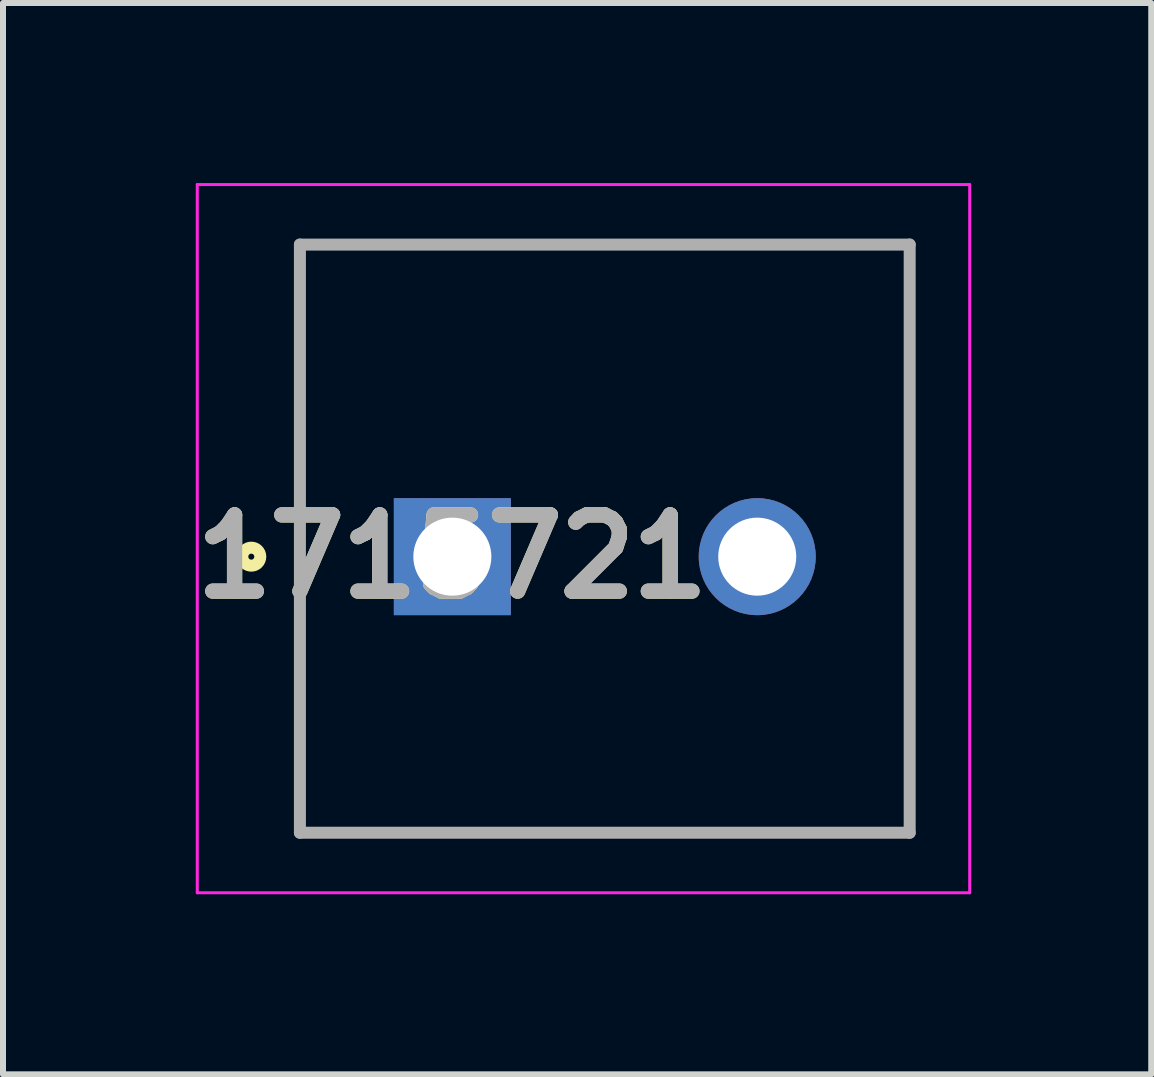
<source format=kicad_pcb>
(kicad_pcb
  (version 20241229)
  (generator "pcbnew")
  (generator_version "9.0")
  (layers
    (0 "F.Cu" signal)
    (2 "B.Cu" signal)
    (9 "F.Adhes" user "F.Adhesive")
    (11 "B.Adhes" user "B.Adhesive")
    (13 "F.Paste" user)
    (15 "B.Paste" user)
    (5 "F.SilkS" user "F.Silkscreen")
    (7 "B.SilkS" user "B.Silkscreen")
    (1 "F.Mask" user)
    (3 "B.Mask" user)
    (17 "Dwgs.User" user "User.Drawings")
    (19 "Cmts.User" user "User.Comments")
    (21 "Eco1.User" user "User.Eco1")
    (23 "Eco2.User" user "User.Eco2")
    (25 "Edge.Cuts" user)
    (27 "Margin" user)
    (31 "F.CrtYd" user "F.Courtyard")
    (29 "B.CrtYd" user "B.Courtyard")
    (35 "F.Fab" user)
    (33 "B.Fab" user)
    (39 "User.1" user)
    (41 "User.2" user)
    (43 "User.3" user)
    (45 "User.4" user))
  (footprint "1715721"
    (layer "F.Cu")
    (at 4.487 6.225)
    (property "Reference" "1715721" (at 0 0 0) (layer "F.SilkS") (effects (font (size 1.27 1.27) (thickness 0.254))))
    (attr through_hole)
    (fp_line (start -2.54 -5.2) (end 7.62 -5.2) (stroke (width 0.1) (type solid)) (layer "F.SilkS"))
    (fp_line (start -2.54 4.6) (end -2.54 -5.2) (stroke (width 0.1) (type solid)) (layer "F.SilkS"))
    (fp_line (start 7.62 -5.2) (end 7.62 4.6) (stroke (width 0.1) (type solid)) (layer "F.SilkS"))
    (fp_line (start 7.62 4.6) (end -2.54 4.6) (stroke (width 0.1) (type solid)) (layer "F.SilkS"))
    (fp_circle (center -3.35 0) (end -3.35 0.05) (stroke (width 0.2) (type solid)) (fill no) (layer "F.SilkS"))
    (fp_line (start -4.25 -6.2) (end 8.62 -6.2) (stroke (width 0.05) (type solid)) (layer "F.CrtYd"))
    (fp_line (start -4.25 5.6) (end -4.25 -6.2) (stroke (width 0.05) (type solid)) (layer "F.CrtYd"))
    (fp_line (start 8.62 -6.2) (end 8.62 5.6) (stroke (width 0.05) (type solid)) (layer "F.CrtYd"))
    (fp_line (start 8.62 5.6) (end -4.25 5.6) (stroke (width 0.05) (type solid)) (layer "F.CrtYd"))
    (fp_line (start -2.54 -5.2) (end 7.62 -5.2) (stroke (width 0.2) (type solid)) (layer "F.Fab"))
    (fp_line (start -2.54 4.6) (end -2.54 -5.2) (stroke (width 0.2) (type solid)) (layer "F.Fab"))
    (fp_line (start 7.62 -5.2) (end 7.62 4.6) (stroke (width 0.2) (type solid)) (layer "F.Fab"))
    (fp_line (start 7.62 4.6) (end -2.54 4.6) (stroke (width 0.2) (type solid)) (layer "F.Fab"))
    (fp_text user "${REFERENCE}" (at 0 0 0) (layer "F.Fab") (effects (font (size 1.27 1.27) (thickness 0.254))))
    (pad "1" thru_hole rect (at 0 0) (size 1.95 1.95) (drill 1.3) (layers "*.Cu" "*.Mask"))
    (pad "2" thru_hole circle (at 5.08 0) (size 1.95 1.95) (drill 1.3) (layers "*.Cu" "*.Mask")))
  (gr_rect
    (start -3 -3)
    (end 16.132 14.85)
    (stroke (width 0.1) (type default))
    (fill no)
    (layer "Edge.Cuts")))
</source>
